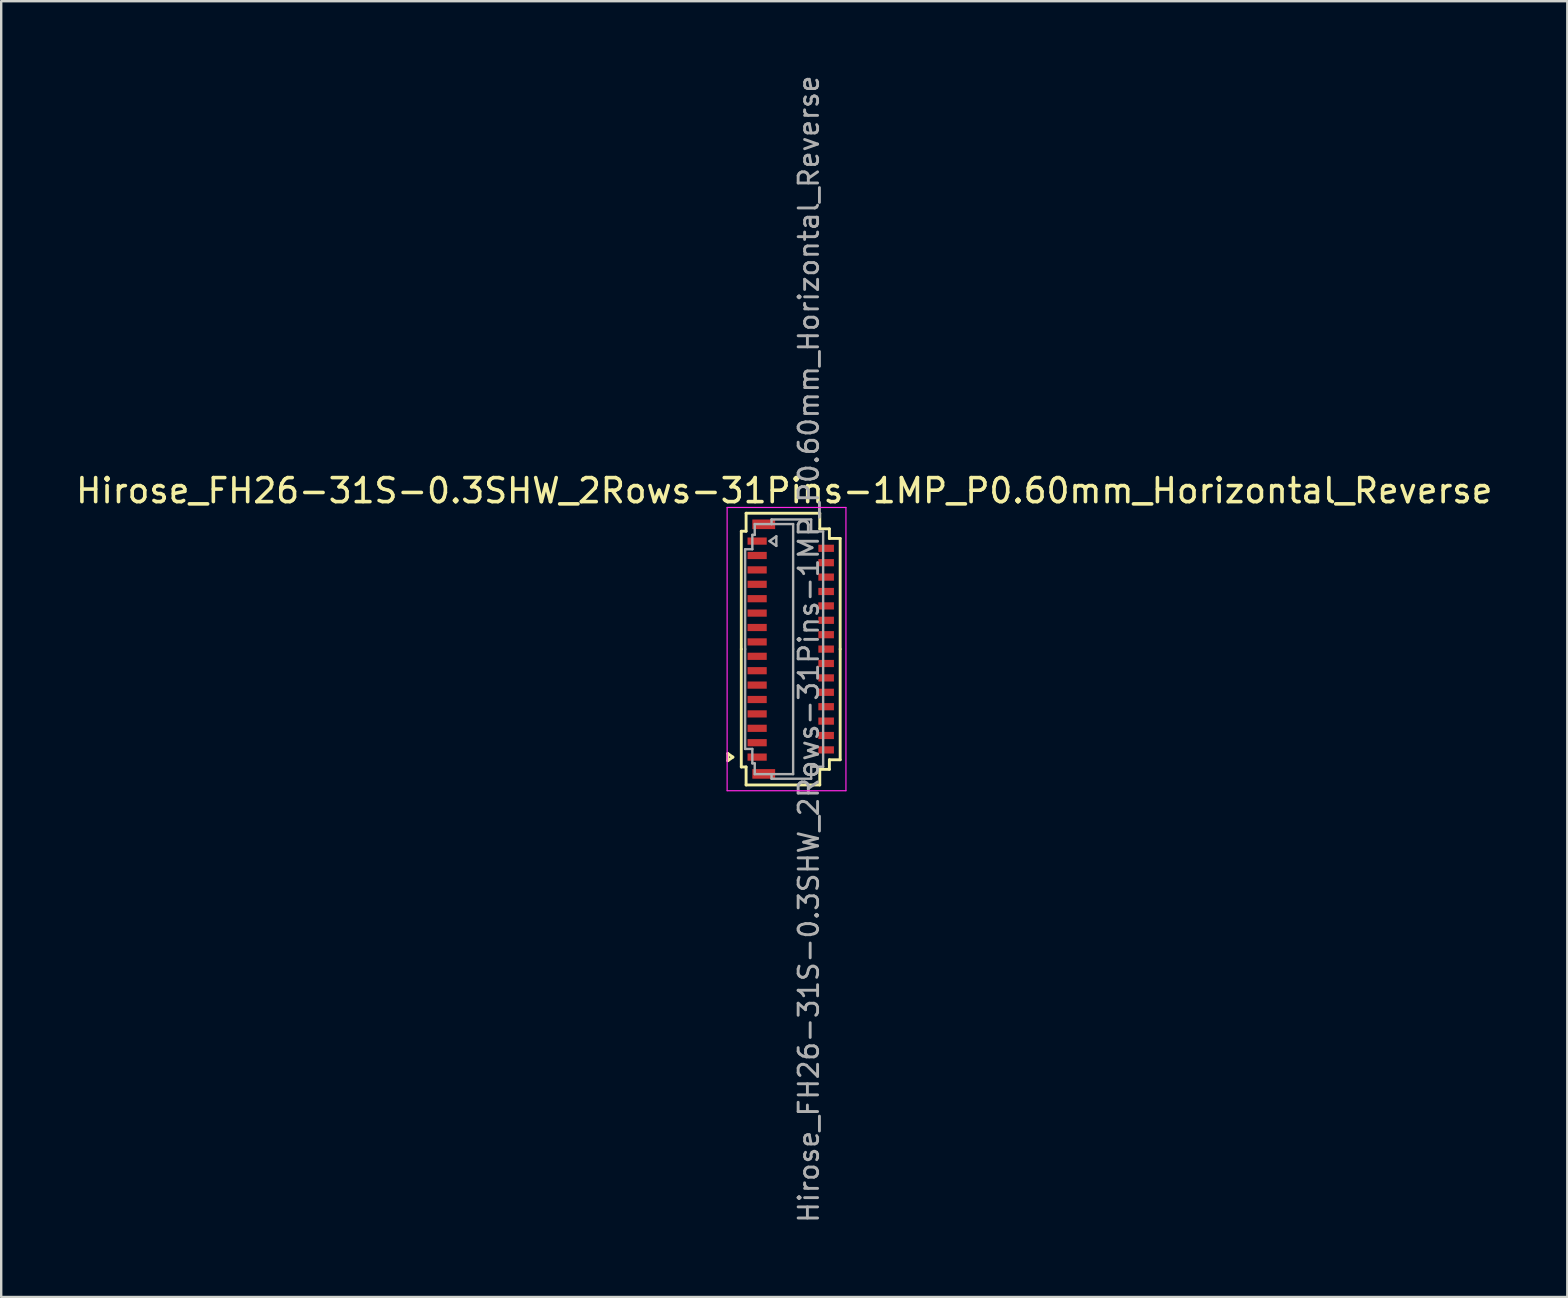
<source format=kicad_pcb>
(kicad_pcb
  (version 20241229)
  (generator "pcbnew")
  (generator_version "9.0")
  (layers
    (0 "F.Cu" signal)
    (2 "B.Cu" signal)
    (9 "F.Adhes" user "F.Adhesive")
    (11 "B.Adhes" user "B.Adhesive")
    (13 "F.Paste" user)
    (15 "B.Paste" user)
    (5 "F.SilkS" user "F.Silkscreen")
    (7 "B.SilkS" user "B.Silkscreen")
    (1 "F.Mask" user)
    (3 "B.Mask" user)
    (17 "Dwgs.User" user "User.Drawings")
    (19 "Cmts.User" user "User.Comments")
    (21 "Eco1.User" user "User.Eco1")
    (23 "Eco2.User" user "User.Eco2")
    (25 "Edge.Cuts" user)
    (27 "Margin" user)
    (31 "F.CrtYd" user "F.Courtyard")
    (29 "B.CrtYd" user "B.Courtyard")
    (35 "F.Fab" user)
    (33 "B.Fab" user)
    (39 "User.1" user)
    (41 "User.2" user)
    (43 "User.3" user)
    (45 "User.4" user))
  (footprint "Hirose_FH26-31S-0.3SHW_2Rows-31Pins-1MP_P0.60mm_Horizontal_Reverse"
    (layer "F.Cu")
    (at 29.895 23.994)
    (property "Reference" "Hirose_FH26-31S-0.3SHW_2Rows-31Pins-1MP_P0.60mm_Horizontal_Reverse" (at -0.27 -6.6 0) (layer "F.SilkS") (effects (font (size 1 1) (thickness 0.15))))
    (attr smd)
    (fp_line (start -2.622 4.35) (end -2.622 4.65) (stroke (width 0.12) (type solid)) (layer "F.SilkS"))
    (fp_line (start -2.622 4.65) (end -2.41 4.5) (stroke (width 0.12) (type solid)) (layer "F.SilkS"))
    (fp_line (start -2.41 4.5) (end -2.622 4.35) (stroke (width 0.12) (type solid)) (layer "F.SilkS"))
    (fp_line (start -2.06 -4.91) (end -2.06 0) (stroke (width 0.12) (type solid)) (layer "F.SilkS"))
    (fp_line (start -2.06 4.91) (end -2.06 0) (stroke (width 0.12) (type solid)) (layer "F.SilkS"))
    (fp_line (start -1.86 -5.66) (end -1.86 -4.91) (stroke (width 0.12) (type solid)) (layer "F.SilkS"))
    (fp_line (start -1.86 -4.91) (end -2.06 -4.91) (stroke (width 0.12) (type solid)) (layer "F.SilkS"))
    (fp_line (start -1.86 4.91) (end -2.06 4.91) (stroke (width 0.12) (type solid)) (layer "F.SilkS"))
    (fp_line (start -1.86 5.66) (end -1.86 4.91) (stroke (width 0.12) (type solid)) (layer "F.SilkS"))
    (fp_line (start 1.21 -5.66) (end -1.86 -5.66) (stroke (width 0.12) (type solid)) (layer "F.SilkS"))
    (fp_line (start 1.21 -5.01) (end 1.21 -5.66) (stroke (width 0.12) (type solid)) (layer "F.SilkS"))
    (fp_line (start 1.21 5.01) (end 1.21 5.66) (stroke (width 0.12) (type solid)) (layer "F.SilkS"))
    (fp_line (start 1.21 5.66) (end -1.86 5.66) (stroke (width 0.12) (type solid)) (layer "F.SilkS"))
    (fp_line (start 1.61 -5.01) (end 1.21 -5.01) (stroke (width 0.12) (type solid)) (layer "F.SilkS"))
    (fp_line (start 1.61 -4.61) (end 1.61 -5.01) (stroke (width 0.12) (type solid)) (layer "F.SilkS"))
    (fp_line (start 1.61 4.61) (end 1.61 5.01) (stroke (width 0.12) (type solid)) (layer "F.SilkS"))
    (fp_line (start 1.61 5.01) (end 1.21 5.01) (stroke (width 0.12) (type solid)) (layer "F.SilkS"))
    (fp_line (start 2.06 -4.61) (end 1.61 -4.61) (stroke (width 0.12) (type solid)) (layer "F.SilkS"))
    (fp_line (start 2.06 0) (end 2.06 -4.61) (stroke (width 0.12) (type solid)) (layer "F.SilkS"))
    (fp_line (start 2.06 0) (end 2.06 4.61) (stroke (width 0.12) (type solid)) (layer "F.SilkS"))
    (fp_line (start 2.06 4.61) (end 1.61 4.61) (stroke (width 0.12) (type solid)) (layer "F.SilkS"))
    (fp_line (start -2.65 -5.9) (end -2.65 5.9) (stroke (width 0.05) (type solid)) (layer "F.CrtYd"))
    (fp_line (start -2.65 5.9) (end 2.3 5.9) (stroke (width 0.05) (type solid)) (layer "F.CrtYd"))
    (fp_line (start 2.3 -5.9) (end -2.65 -5.9) (stroke (width 0.05) (type solid)) (layer "F.CrtYd"))
    (fp_line (start 2.3 5.9) (end 2.3 -5.9) (stroke (width 0.05) (type solid)) (layer "F.CrtYd"))
    (fp_line (start -1.9 -4.16) (end -1.6 -4.16) (stroke (width 0.1) (type solid)) (layer "F.Fab"))
    (fp_line (start -1.9 0) (end -1.9 -4.16) (stroke (width 0.1) (type solid)) (layer "F.Fab"))
    (fp_line (start -1.9 0) (end -1.9 4.16) (stroke (width 0.1) (type solid)) (layer "F.Fab"))
    (fp_line (start -1.9 4.16) (end -1.6 4.16) (stroke (width 0.1) (type solid)) (layer "F.Fab"))
    (fp_line (start -1.6 -4.76) (end -1.5 -4.76) (stroke (width 0.1) (type solid)) (layer "F.Fab"))
    (fp_line (start -1.6 -4.16) (end -1.6 -4.76) (stroke (width 0.1) (type solid)) (layer "F.Fab"))
    (fp_line (start -1.6 4.16) (end -1.6 4.76) (stroke (width 0.1) (type solid)) (layer "F.Fab"))
    (fp_line (start -1.6 4.76) (end -1.5 4.76) (stroke (width 0.1) (type solid)) (layer "F.Fab"))
    (fp_line (start -1.5 -5.21) (end -0.8 -5.21) (stroke (width 0.1) (type solid)) (layer "F.Fab"))
    (fp_line (start -1.5 -4.76) (end -1.5 -5.21) (stroke (width 0.1) (type solid)) (layer "F.Fab"))
    (fp_line (start -1.5 4.76) (end -1.5 5.21) (stroke (width 0.1) (type solid)) (layer "F.Fab"))
    (fp_line (start -1.5 5.21) (end -0.8 5.21) (stroke (width 0.1) (type solid)) (layer "F.Fab"))
    (fp_line (start -0.883 -4.5) (end -0.6 -4.3) (stroke (width 0.1) (type solid)) (layer "F.Fab"))
    (fp_line (start -0.8 -5.4) (end 0.85 -5.4) (stroke (width 0.1) (type solid)) (layer "F.Fab"))
    (fp_line (start -0.8 -5.21) (end -0.8 -5.4) (stroke (width 0.1) (type solid)) (layer "F.Fab"))
    (fp_line (start -0.8 5.21) (end -0.8 5.4) (stroke (width 0.1) (type solid)) (layer "F.Fab"))
    (fp_line (start -0.8 5.4) (end 0.85 5.4) (stroke (width 0.1) (type solid)) (layer "F.Fab"))
    (fp_line (start -0.6 -4.7) (end -0.883 -4.5) (stroke (width 0.1) (type solid)) (layer "F.Fab"))
    (fp_line (start -0.6 -4.3) (end -0.6 -4.7) (stroke (width 0.1) (type solid)) (layer "F.Fab"))
    (fp_line (start 0.1 -5.21) (end -0.8 -5.21) (stroke (width 0.1) (type solid)) (layer "F.Fab"))
    (fp_line (start 0.1 0) (end 0.1 -5.21) (stroke (width 0.1) (type solid)) (layer "F.Fab"))
    (fp_line (start 0.1 0) (end 0.1 5.21) (stroke (width 0.1) (type solid)) (layer "F.Fab"))
    (fp_line (start 0.1 5.21) (end -0.8 5.21) (stroke (width 0.1) (type solid)) (layer "F.Fab"))
    (fp_line (start 0.85 -5.4) (end 0.85 -4.9) (stroke (width 0.1) (type solid)) (layer "F.Fab"))
    (fp_line (start 0.85 -4.9) (end 1.35 -4.9) (stroke (width 0.1) (type solid)) (layer "F.Fab"))
    (fp_line (start 0.85 4.9) (end 1.35 4.9) (stroke (width 0.1) (type solid)) (layer "F.Fab"))
    (fp_line (start 0.85 5.4) (end 0.85 4.9) (stroke (width 0.1) (type solid)) (layer "F.Fab"))
    (fp_line (start 1.35 -4.9) (end 1.35 0) (stroke (width 0.1) (type solid)) (layer "F.Fab"))
    (fp_line (start 1.35 4.9) (end 1.35 0) (stroke (width 0.1) (type solid)) (layer "F.Fab"))
    (fp_text user "${REFERENCE}" (at 0.75 0 90) (layer "F.Fab") (effects (font (size 0.81 0.81) (thickness 0.12))))
    (pad "1" smd rect (at -1.4 4.5) (size 0.8 0.3) (layers "F.Cu" "F.Mask" "F.Paste"))
    (pad "2" smd rect (at 1.475 4.2) (size 0.65 0.3) (layers "F.Cu" "F.Mask" "F.Paste"))
    (pad "3" smd rect (at -1.4 3.9) (size 0.8 0.3) (layers "F.Cu" "F.Mask" "F.Paste"))
    (pad "4" smd rect (at 1.475 3.6) (size 0.65 0.3) (layers "F.Cu" "F.Mask" "F.Paste"))
    (pad "5" smd rect (at -1.4 3.3) (size 0.8 0.3) (layers "F.Cu" "F.Mask" "F.Paste"))
    (pad "6" smd rect (at 1.475 3) (size 0.65 0.3) (layers "F.Cu" "F.Mask" "F.Paste"))
    (pad "7" smd rect (at -1.4 2.7) (size 0.8 0.3) (layers "F.Cu" "F.Mask" "F.Paste"))
    (pad "8" smd rect (at 1.475 2.4) (size 0.65 0.3) (layers "F.Cu" "F.Mask" "F.Paste"))
    (pad "9" smd rect (at -1.4 2.1) (size 0.8 0.3) (layers "F.Cu" "F.Mask" "F.Paste"))
    (pad "10" smd rect (at 1.475 1.8) (size 0.65 0.3) (layers "F.Cu" "F.Mask" "F.Paste"))
    (pad "11" smd rect (at -1.4 1.5) (size 0.8 0.3) (layers "F.Cu" "F.Mask" "F.Paste"))
    (pad "12" smd rect (at 1.475 1.2) (size 0.65 0.3) (layers "F.Cu" "F.Mask" "F.Paste"))
    (pad "13" smd rect (at -1.4 0.9) (size 0.8 0.3) (layers "F.Cu" "F.Mask" "F.Paste"))
    (pad "14" smd rect (at 1.475 0.6) (size 0.65 0.3) (layers "F.Cu" "F.Mask" "F.Paste"))
    (pad "15" smd rect (at -1.4 0.3) (size 0.8 0.3) (layers "F.Cu" "F.Mask" "F.Paste"))
    (pad "16" smd rect (at 1.475 0) (size 0.65 0.3) (layers "F.Cu" "F.Mask" "F.Paste"))
    (pad "17" smd rect (at -1.4 -0.3) (size 0.8 0.3) (layers "F.Cu" "F.Mask" "F.Paste"))
    (pad "18" smd rect (at 1.475 -0.6) (size 0.65 0.3) (layers "F.Cu" "F.Mask" "F.Paste"))
    (pad "19" smd rect (at -1.4 -0.9) (size 0.8 0.3) (layers "F.Cu" "F.Mask" "F.Paste"))
    (pad "20" smd rect (at 1.475 -1.2) (size 0.65 0.3) (layers "F.Cu" "F.Mask" "F.Paste"))
    (pad "21" smd rect (at -1.4 -1.5) (size 0.8 0.3) (layers "F.Cu" "F.Mask" "F.Paste"))
    (pad "22" smd rect (at 1.475 -1.8) (size 0.65 0.3) (layers "F.Cu" "F.Mask" "F.Paste"))
    (pad "23" smd rect (at -1.4 -2.1) (size 0.8 0.3) (layers "F.Cu" "F.Mask" "F.Paste"))
    (pad "24" smd rect (at 1.475 -2.4) (size 0.65 0.3) (layers "F.Cu" "F.Mask" "F.Paste"))
    (pad "25" smd rect (at -1.4 -2.7) (size 0.8 0.3) (layers "F.Cu" "F.Mask" "F.Paste"))
    (pad "26" smd rect (at 1.475 -3) (size 0.65 0.3) (layers "F.Cu" "F.Mask" "F.Paste"))
    (pad "27" smd rect (at -1.4 -3.3) (size 0.8 0.3) (layers "F.Cu" "F.Mask" "F.Paste"))
    (pad "28" smd rect (at 1.475 -3.6) (size 0.65 0.3) (layers "F.Cu" "F.Mask" "F.Paste"))
    (pad "29" smd rect (at -1.4 -3.9) (size 0.8 0.3) (layers "F.Cu" "F.Mask" "F.Paste"))
    (pad "30" smd rect (at 1.475 -4.2) (size 0.65 0.3) (layers "F.Cu" "F.Mask" "F.Paste"))
    (pad "31" smd rect (at -1.4 -4.5) (size 0.8 0.3) (layers "F.Cu" "F.Mask" "F.Paste"))
    (pad "MP" smd rect (at -1.125 -5.2) (size 0.95 0.4) (layers "F.Cu" "F.Mask" "F.Paste"))
    (pad "MP" smd rect (at -1.125 5.2) (size 0.95 0.4) (layers "F.Cu" "F.Mask" "F.Paste")))
  (gr_rect
    (start -3 -3)
    (end 62.25 50.988)
    (stroke (width 0.1) (type default))
    (fill no)
    (layer "Edge.Cuts")))
</source>
